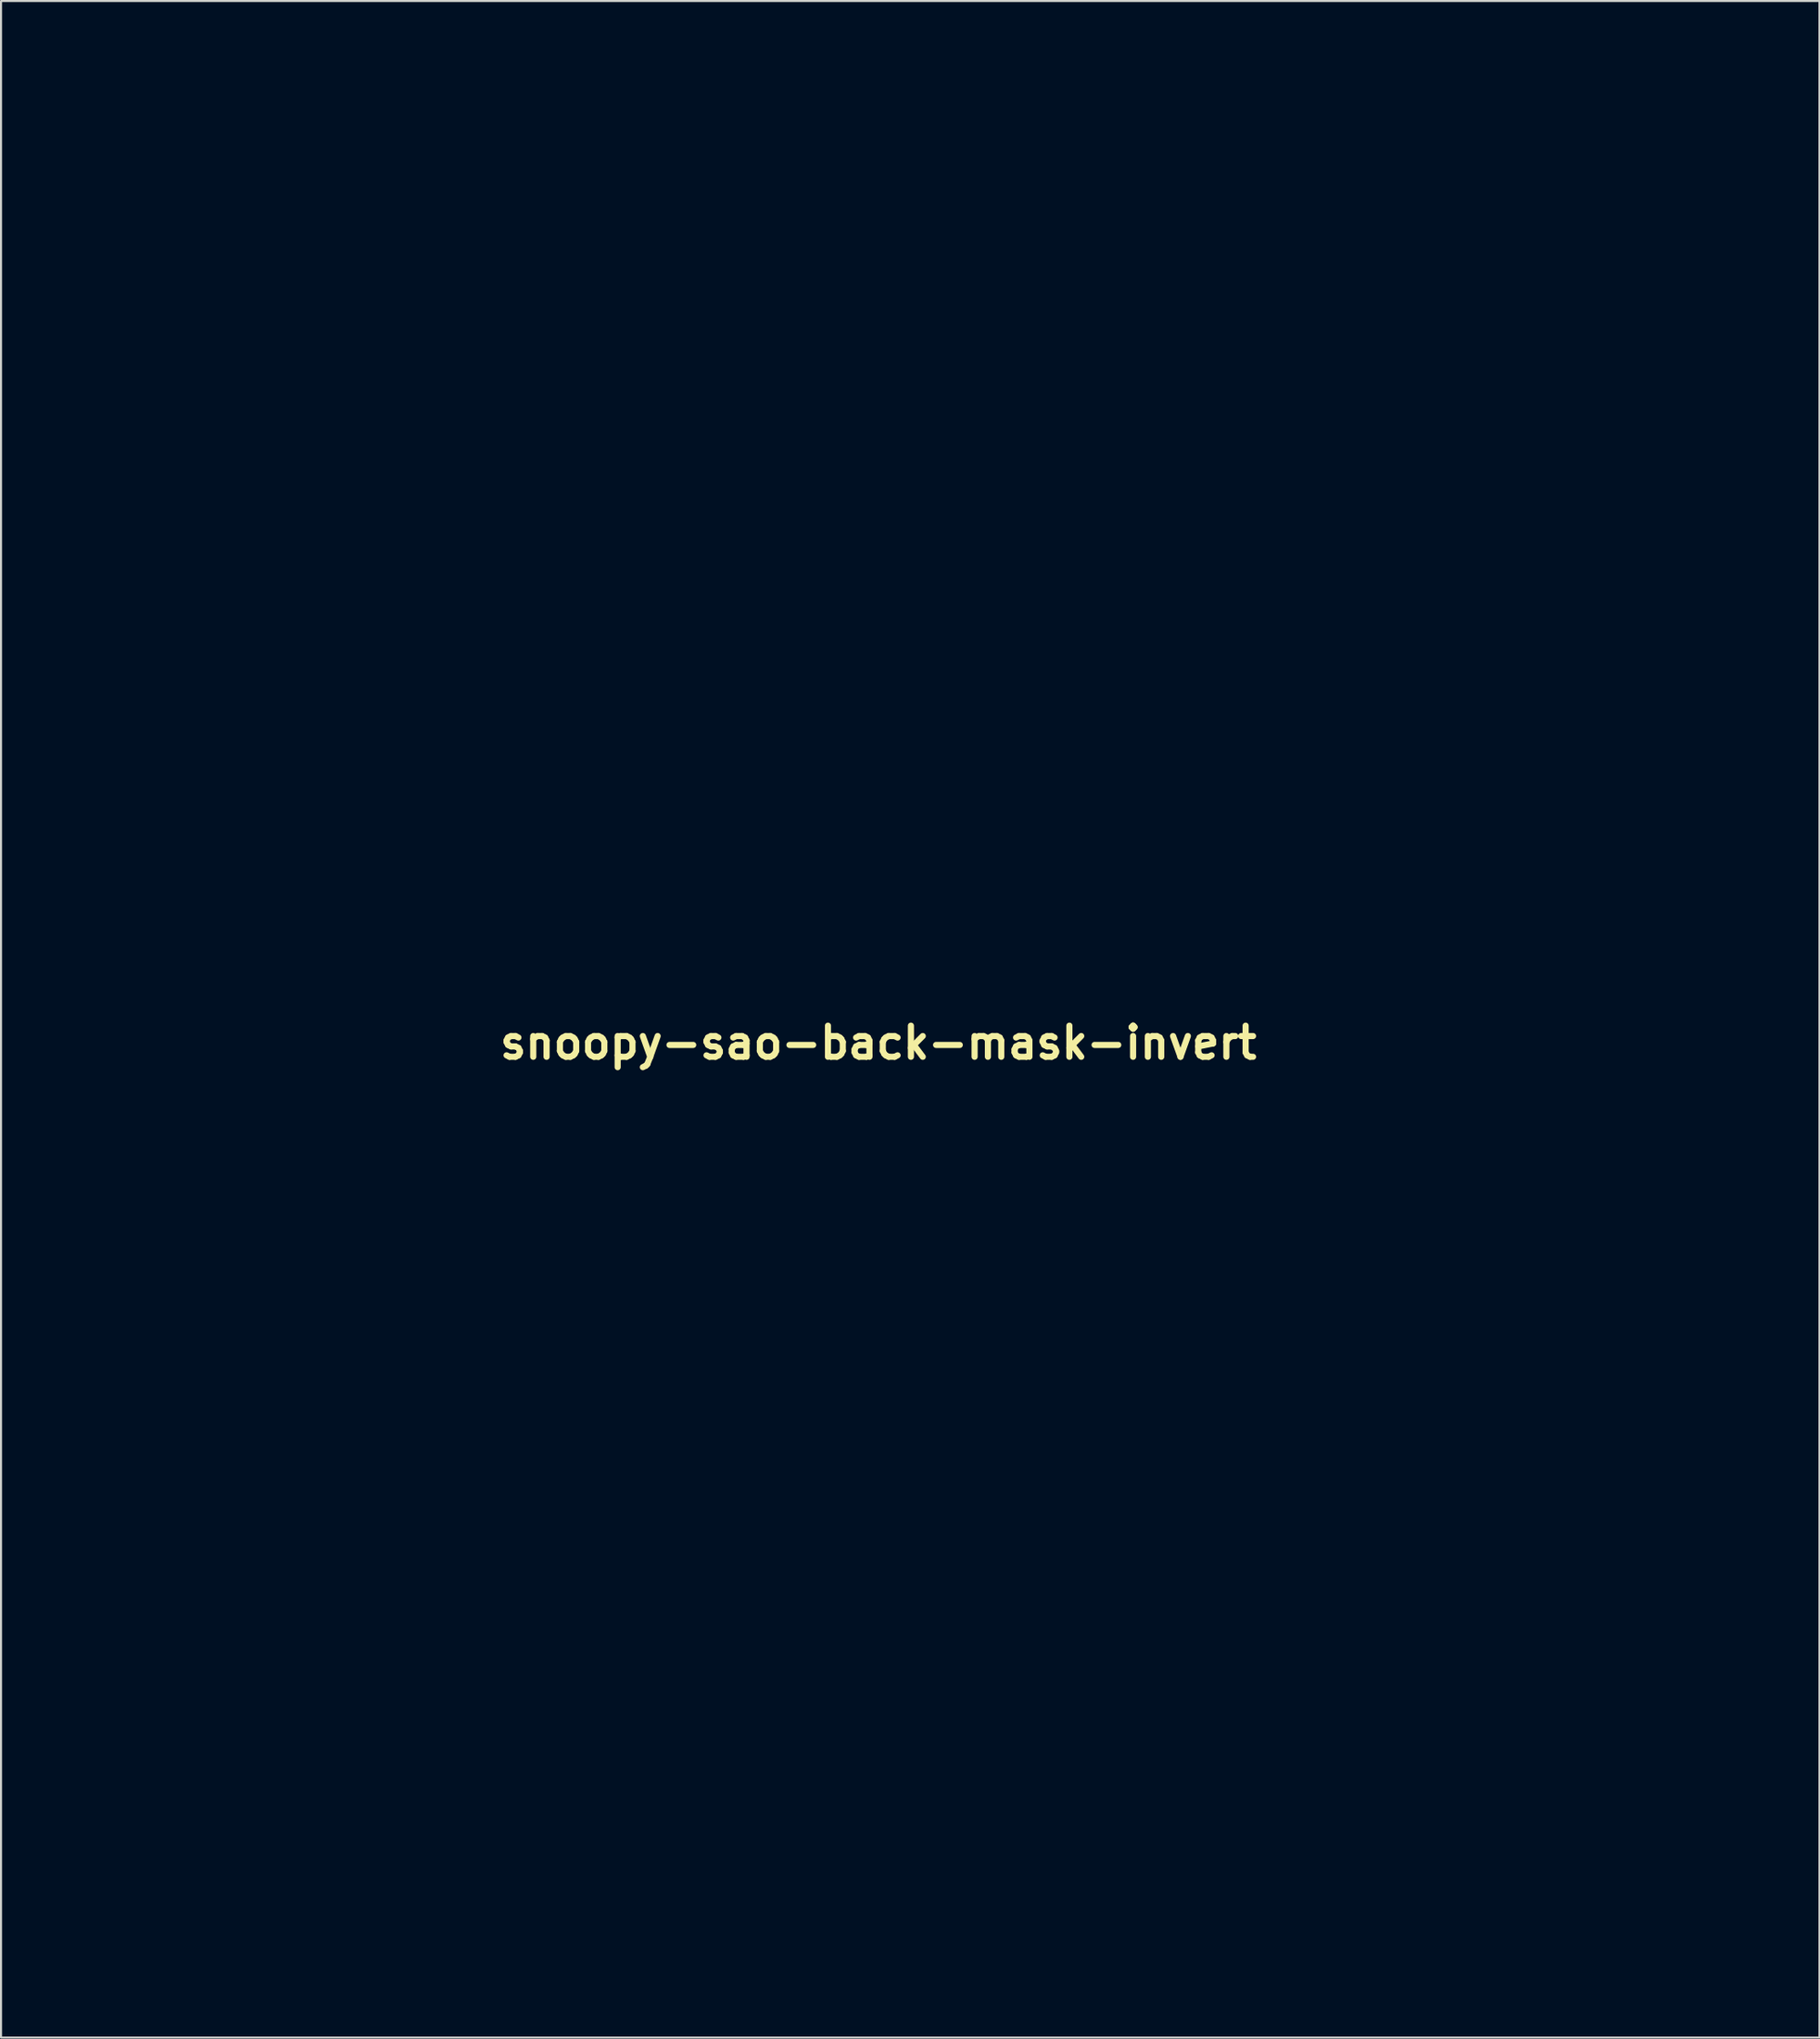
<source format=kicad_pcb>
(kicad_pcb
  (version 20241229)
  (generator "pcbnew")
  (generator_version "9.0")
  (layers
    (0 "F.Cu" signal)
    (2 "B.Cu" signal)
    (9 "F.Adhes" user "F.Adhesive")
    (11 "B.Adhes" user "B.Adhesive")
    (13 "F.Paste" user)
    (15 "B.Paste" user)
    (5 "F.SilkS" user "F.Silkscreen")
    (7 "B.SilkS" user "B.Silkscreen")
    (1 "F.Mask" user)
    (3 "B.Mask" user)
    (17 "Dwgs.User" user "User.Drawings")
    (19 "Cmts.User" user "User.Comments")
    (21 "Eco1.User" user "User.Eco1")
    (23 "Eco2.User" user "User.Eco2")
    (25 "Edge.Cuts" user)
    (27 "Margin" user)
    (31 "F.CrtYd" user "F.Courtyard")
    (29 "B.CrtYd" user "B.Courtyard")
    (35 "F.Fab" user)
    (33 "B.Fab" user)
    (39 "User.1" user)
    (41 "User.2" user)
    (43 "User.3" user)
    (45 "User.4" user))
  (footprint "snoopy-sao-back-mask-invert"
    (layer "F.Cu")
    (at 39.988 48.011)
    (property "Reference" "snoopy-sao-back-mask-invert" (at 0 0 0) (layer "F.SilkS") (effects (font (size 1.524 1.524) (thickness 0.3))))
    (attr through_hole)
    (fp_poly (pts (xy 12.446 13.843) (xy 12.319 13.97) (xy 12.192 13.843) (xy 12.319 13.716) (xy 12.446 13.843)) (stroke (width 0.01) (type solid)) (fill yes) (layer "B.Mask"))
    (fp_poly (pts (xy 21.336 -18.415) (xy 21.209 -18.288) (xy 21.082 -18.415) (xy 21.209 -18.542) (xy 21.336 -18.415)) (stroke (width 0.01) (type solid)) (fill yes) (layer "B.Mask"))
    (fp_poly (pts (xy 12.107 12.785) (xy 12.138 13.086) (xy 12.107 13.123) (xy 11.956 13.088) (xy 11.938 12.954) (xy 12.031 12.745) (xy 12.107 12.785)) (stroke (width 0.01) (type solid)) (fill yes) (layer "B.Mask"))
    (fp_poly (pts (xy 24.553 -22.775) (xy 24.584 -22.474) (xy 24.553 -22.437) (xy 24.402 -22.472) (xy 24.384 -22.606) (xy 24.477 -22.815) (xy 24.553 -22.775)) (stroke (width 0.01) (type solid)) (fill yes) (layer "B.Mask"))
    (fp_poly (pts (xy 25.315 -30.395) (xy 25.346 -30.094) (xy 25.315 -30.057) (xy 25.164 -30.092) (xy 25.146 -30.226) (xy 25.239 -30.435) (xy 25.315 -30.395)) (stroke (width 0.01) (type solid)) (fill yes) (layer "B.Mask"))
    (fp_poly (pts (xy 5.91 -4.231) (xy 5.919 -4.147) (xy 5.521 -4.113) (xy 5.461 -4.114) (xy 5.067 -4.15) (xy 5.105 -4.227) (xy 5.148 -4.24) (xy 5.702 -4.277) (xy 5.91 -4.231)) (stroke (width 0.01) (type solid)) (fill yes) (layer "B.Mask"))
    (fp_poly (pts (xy 25.103 -29.308) (xy 25.01 -28.683) (xy 24.842 -27.902) (xy 24.639 -27.129) (xy 24.437 -26.53) (xy 24.306 -26.289) (xy 24.144 -26.21) (xy 24.187 -26.416) (xy 24.313 -26.862) (xy 24.498 -27.617) (xy 24.646 -28.259) (xy 24.836 -29.015) (xy 24.997 -29.502) (xy 25.082 -29.612) (xy 25.103 -29.308)) (stroke (width 0.01) (type solid)) (fill yes) (layer "B.Mask"))
    (fp_poly (pts (xy 21.59 -28.591) (xy 21.493 -28.342) (xy 21.237 -27.752) (xy 20.876 -26.943) (xy 20.828 -26.838) (xy 20.45 -25.942) (xy 20.177 -25.179) (xy 20.066 -24.706) (xy 20.066 -24.692) (xy 19.976 -24.299) (xy 19.765 -23.86) (xy 19.526 -23.517) (xy 19.35 -23.412) (xy 19.312 -23.518) (xy 19.377 -23.906) (xy 19.551 -24.59) (xy 19.682 -25.042) (xy 19.909 -25.951) (xy 20.046 -26.805) (xy 20.063 -27.096) (xy 20.177 -27.742) (xy 20.606 -28.163) (xy 20.828 -28.283) (xy 21.339 -28.519) (xy 21.586 -28.596) (xy 21.59 -28.591)) (stroke (width 0.01) (type solid)) (fill yes) (layer "B.Mask"))
    (fp_poly (pts (xy 16.288 20.313) (xy 16.995 20.436) (xy 18.071 20.673) (xy 18.357 20.739) (xy 20.013 21.124) (xy 21.246 21.426) (xy 22.128 21.668) (xy 22.733 21.872) (xy 23.134 22.063) (xy 23.405 22.262) (xy 23.516 22.375) (xy 23.779 22.725) (xy 23.666 22.931) (xy 23.258 23.108) (xy 22.493 23.269) (xy 21.414 23.339) (xy 20.208 23.323) (xy 19.06 23.223) (xy 18.156 23.045) (xy 18.02 23) (xy 16.967 22.568) (xy 16.044 22.112) (xy 15.356 21.689) (xy 15.008 21.361) (xy 14.986 21.287) (xy 15.143 20.879) (xy 15.372 20.568) (xy 15.579 20.384) (xy 15.85 20.297) (xy 16.288 20.313)) (stroke (width 0.01) (type solid)) (fill yes) (layer "B.Mask"))
    (fp_poly (pts (xy -26.192 -24.229) (xy -26.001 -23.999) (xy -25.794 -23.469) (xy -25.67 -22.672) (xy -25.654 -22.276) (xy -25.682 -21.531) (xy -25.789 -21.193) (xy -26.011 -21.165) (xy -26.045 -21.178) (xy -26.562 -21.186) (xy -26.998 -21.038) (xy -27.598 -20.739) (xy -27.94 -20.577) (xy -28.299 -20.255) (xy -28.719 -19.668) (xy -28.824 -19.487) (xy -29.326 -18.57) (xy -28.752 -17.794) (xy -28.435 -17.312) (xy -28.348 -17.063) (xy -28.377 -17.053) (xy -28.762 -17.123) (xy -29.168 -17.2) (xy -29.717 -17.544) (xy -30.154 -18.27) (xy -30.423 -19.258) (xy -30.48 -20.012) (xy -30.248 -20.993) (xy -29.602 -22.025) (xy -28.613 -23.019) (xy -27.503 -23.795) (xy -26.823 -24.178) (xy -26.434 -24.316) (xy -26.192 -24.229)) (stroke (width 0.01) (type solid)) (fill yes) (layer "B.Mask"))
    (fp_poly (pts (xy 18.861 29.767) (xy 19.279 29.959) (xy 19.727 30.081) (xy 20.537 30.2) (xy 21.563 30.296) (xy 21.993 30.323) (xy 23.229 30.401) (xy 24.469 30.495) (xy 25.481 30.587) (xy 25.654 30.606) (xy 26.41 30.677) (xy 27.542 30.766) (xy 28.916 30.862) (xy 30.402 30.956) (xy 30.988 30.991) (xy 33.078 31.135) (xy 35.015 31.314) (xy 36.733 31.519) (xy 38.164 31.741) (xy 39.243 31.969) (xy 39.902 32.195) (xy 40.018 32.268) (xy 40.234 32.664) (xy 40.032 33.051) (xy 39.497 33.359) (xy 38.713 33.519) (xy 38.463 33.528) (xy 37.779 33.584) (xy 37.35 33.725) (xy 37.293 33.791) (xy 37.015 33.91) (xy 36.318 34.028) (xy 35.288 34.133) (xy 34.096 34.211) (xy 32.634 34.305) (xy 31.65 34.416) (xy 31.114 34.549) (xy 30.988 34.673) (xy 31.01 34.77) (xy 31.113 34.854) (xy 31.351 34.93) (xy 31.782 35.005) (xy 32.46 35.087) (xy 33.441 35.182) (xy 34.779 35.298) (xy 36.531 35.442) (xy 37.973 35.558) (xy 39.294 35.669) (xy 40.5 35.779) (xy 41.464 35.877) (xy 42.059 35.95) (xy 42.086 35.954) (xy 42.801 36.251) (xy 43.111 36.848) (xy 43.039 37.686) (xy 42.853 38.101) (xy 42.466 38.337) (xy 41.727 38.482) (xy 41.695 38.487) (xy 40.85 38.64) (xy 40.137 38.84) (xy 39.958 38.913) (xy 39.301 39.075) (xy 38.879 39.047) (xy 38.465 39.028) (xy 38.354 39.14) (xy 38.129 39.284) (xy 37.566 39.364) (xy 37.338 39.37) (xy 36.702 39.423) (xy 36.348 39.556) (xy 36.322 39.61) (xy 36.092 39.734) (xy 35.494 39.813) (xy 34.837 39.828) (xy 33.741 39.87) (xy 32.473 40.003) (xy 31.201 40.202) (xy 30.093 40.44) (xy 29.318 40.69) (xy 29.292 40.702) (xy 28.589 40.864) (xy 28.135 40.845) (xy 27.556 40.87) (xy 27.248 41.034) (xy 26.77 41.306) (xy 26.04 41.489) (xy 25.249 41.564) (xy 24.588 41.51) (xy 24.27 41.35) (xy 24.097 41.224) (xy 23.755 41.144) (xy 23.178 41.108) (xy 22.294 41.114) (xy 21.037 41.161) (xy 19.494 41.239) (xy 18.045 41.328) (xy 16.79 41.427) (xy 15.808 41.527) (xy 15.181 41.622) (xy 14.986 41.695) (xy 14.756 41.81) (xy 14.159 41.888) (xy 13.525 41.91) (xy 12.749 41.962) (xy 11.799 42.135) (xy 10.592 42.449) (xy 9.045 42.923) (xy 8.001 43.266) (xy 5.773 44.005) (xy 3.958 44.592) (xy 2.487 45.039) (xy 1.293 45.361) (xy 0.308 45.572) (xy -0.535 45.684) (xy -1.305 45.713) (xy -2.068 45.671) (xy -2.894 45.573) (xy -3.175 45.532) (xy -3.804 45.393) (xy -4.191 45.232) (xy -4.561 45.08) (xy -5.262 44.876) (xy -5.969 44.705) (xy -6.847 44.474) (xy -7.555 44.224) (xy -7.874 44.055) (xy -8.301 43.881) (xy -9.102 43.69) (xy -10.146 43.505) (xy -11.301 43.344) (xy -12.435 43.229) (xy -13.416 43.18) (xy -13.502 43.18) (xy -14.124 43.131) (xy -14.459 43.01) (xy -14.478 42.969) (xy -14.707 42.851) (xy -15.296 42.773) (xy -15.812 42.755) (xy -16.803 42.745) (xy -18.141 42.718) (xy -19.757 42.677) (xy -21.584 42.625) (xy -23.554 42.563) (xy -25.6 42.495) (xy -27.653 42.423) (xy -29.645 42.349) (xy -31.509 42.276) (xy -33.178 42.206) (xy -34.582 42.141) (xy -35.655 42.084) (xy -36.328 42.037) (xy -36.513 42.015) (xy -37.072 41.853) (xy -37.335 41.684) (xy -37.338 41.669) (xy -37.528 41.441) (xy -38.027 41.015) (xy -38.711 40.496) (xy -39.554 39.807) (xy -39.966 39.225) (xy -39.983 38.647) (xy -39.639 37.973) (xy -39.593 37.907) (xy -38.958 37.309) (xy -37.947 36.71) (xy -36.692 36.166) (xy -35.32 35.736) (xy -34.109 35.493) (xy -33.161 35.344) (xy -32.425 35.194) (xy -32.032 35.071) (xy -32.004 35.049) (xy -31.73 34.978) (xy -31.055 34.877) (xy -30.083 34.757) (xy -28.921 34.629) (xy -27.672 34.504) (xy -26.443 34.392) (xy -25.338 34.304) (xy -24.462 34.252) (xy -24.234 34.244) (xy -23.846 34.125) (xy -23.805 33.706) (xy -23.815 33.648) (xy -23.694 33.046) (xy -23.111 32.549) (xy -22.107 32.189) (xy -21.78 32.122) (xy -21.17 31.95) (xy -20.844 31.742) (xy -20.828 31.692) (xy -20.627 31.541) (xy -20.326 31.568) (xy -19.753 31.593) (xy -18.995 31.485) (xy -18.866 31.454) (xy -17.658 31.147) (xy -16.851 30.972) (xy -16.353 30.941) (xy -16.071 31.067) (xy -15.912 31.362) (xy -15.784 31.838) (xy -15.777 31.868) (xy -15.543 32.624) (xy -15.228 33.157) (xy -14.744 33.511) (xy -14.003 33.731) (xy -12.916 33.861) (xy -11.652 33.932) (xy -10.336 34.018) (xy -9.065 34.149) (xy -8.01 34.305) (xy -7.479 34.422) (xy -6.924 34.558) (xy -6.291 34.666) (xy -5.529 34.747) (xy -4.584 34.804) (xy -3.403 34.836) (xy -1.932 34.846) (xy -0.119 34.835) (xy 2.089 34.804) (xy 4.746 34.755) (xy 5.091 34.748) (xy 7.218 34.703) (xy 8.9 34.66) (xy 10.2 34.613) (xy 11.181 34.559) (xy 11.906 34.49) (xy 12.438 34.403) (xy 12.839 34.292) (xy 13.173 34.152) (xy 13.342 34.065) (xy 14.233 33.715) (xy 15.175 33.527) (xy 15.363 33.517) (xy 16.653 33.428) (xy 17.777 33.21) (xy 18.613 32.895) (xy 18.986 32.601) (xy 19.18 31.998) (xy 19.163 31.185) (xy 18.956 30.401) (xy 18.742 30.035) (xy 18.609 29.761) (xy 18.861 29.767)) (stroke (width 0.01) (type solid)) (fill yes) (layer "B.Mask"))
    (fp_poly (pts (xy 14.644 -47.907) (xy 16.286 -47.629) (xy 17.742 -47.203) (xy 18.91 -46.66) (xy 19.688 -46.03) (xy 19.765 -45.931) (xy 20.078 -45.631) (xy 20.656 -45.175) (xy 21.367 -44.658) (xy 22.074 -44.175) (xy 22.646 -43.82) (xy 22.943 -43.688) (xy 23.197 -43.52) (xy 23.673 -43.095) (xy 24.25 -42.533) (xy 24.81 -41.954) (xy 25.234 -41.478) (xy 25.4 -41.225) (xy 25.569 -40.899) (xy 25.979 -40.439) (xy 26.01 -40.409) (xy 26.465 -39.79) (xy 26.831 -38.967) (xy 26.892 -38.758) (xy 27.189 -37.906) (xy 27.585 -37.155) (xy 27.679 -37.024) (xy 28.102 -36.109) (xy 28.194 -35.319) (xy 28.318 -34.39) (xy 28.625 -33.437) (xy 28.702 -33.274) (xy 29.033 -32.38) (xy 29.204 -31.44) (xy 29.21 -31.269) (xy 29.287 -30.403) (xy 29.474 -29.62) (xy 29.504 -29.544) (xy 29.672 -28.853) (xy 29.791 -27.824) (xy 29.855 -26.625) (xy 29.857 -25.423) (xy 29.792 -24.387) (xy 29.709 -23.876) (xy 29.539 -23.124) (xy 29.326 -22.137) (xy 29.184 -21.463) (xy 28.829 -20.175) (xy 28.303 -18.774) (xy 27.686 -17.443) (xy 27.055 -16.365) (xy 26.843 -16.077) (xy 26.155 -15.286) (xy 25.335 -14.442) (xy 24.474 -13.629) (xy 23.664 -12.928) (xy 22.998 -12.423) (xy 22.568 -12.197) (xy 22.527 -12.192) (xy 21.994 -12.062) (xy 21.309 -11.742) (xy 21.169 -11.659) (xy 20.121 -11.244) (xy 18.868 -11.083) (xy 17.622 -11.182) (xy 16.592 -11.546) (xy 16.576 -11.555) (xy 16.105 -11.922) (xy 15.719 -12.453) (xy 15.39 -13.221) (xy 15.089 -14.3) (xy 14.791 -15.766) (xy 14.596 -16.891) (xy 14.34 -19.647) (xy 14.405 -21.147) (xy 15.781 -21.147) (xy 15.84 -19.318) (xy 15.964 -17.499) (xy 16.097 -16.111) (xy 16.257 -15.076) (xy 16.461 -14.318) (xy 16.727 -13.759) (xy 17.073 -13.323) (xy 17.25 -13.153) (xy 17.849 -12.685) (xy 18.371 -12.519) (xy 19.077 -12.578) (xy 19.132 -12.587) (xy 19.971 -12.804) (xy 20.699 -13.112) (xy 20.804 -13.177) (xy 21.453 -13.535) (xy 22.273 -13.904) (xy 22.461 -13.977) (xy 23.016 -14.276) (xy 23.582 -14.784) (xy 24.194 -15.552) (xy 24.886 -16.629) (xy 25.695 -18.068) (xy 26.653 -19.916) (xy 26.854 -20.316) (xy 28.06 -22.726) (xy 28.036 -25.269) (xy 27.984 -27.025) (xy 27.869 -28.623) (xy 27.702 -29.986) (xy 27.494 -31.036) (xy 27.256 -31.696) (xy 27.127 -31.856) (xy 26.779 -32.306) (xy 26.594 -32.775) (xy 26.285 -33.355) (xy 25.737 -33.931) (xy 25.648 -34) (xy 24.952 -34.362) (xy 24.446 -34.257) (xy 24.102 -33.672) (xy 24.035 -33.439) (xy 23.759 -32.952) (xy 23.215 -32.348) (xy 22.846 -32.023) (xy 21.8 -31.183) (xy 22.241 -32.038) (xy 22.672 -32.822) (xy 23.185 -33.689) (xy 23.301 -33.875) (xy 23.671 -34.552) (xy 23.732 -34.966) (xy 23.623 -35.145) (xy 23.342 -35.226) (xy 22.947 -34.95) (xy 22.579 -34.547) (xy 22.036 -34.009) (xy 21.543 -33.692) (xy 21.395 -33.658) (xy 20.972 -33.424) (xy 20.381 -32.745) (xy 19.638 -31.647) (xy 18.763 -30.158) (xy 17.772 -28.304) (xy 17.651 -28.067) (xy 16.783 -26.213) (xy 16.206 -24.559) (xy 15.884 -22.93) (xy 15.781 -21.147) (xy 14.405 -21.147) (xy 14.46 -22.399) (xy 14.94 -25.043) (xy 15.761 -27.476) (xy 16.729 -29.323) (xy 17.267 -30.244) (xy 17.497 -30.853) (xy 17.44 -31.225) (xy 17.303 -31.35) (xy 17.064 -31.222) (xy 16.645 -30.747) (xy 16.11 -30.022) (xy 15.526 -29.145) (xy 14.957 -28.211) (xy 14.47 -27.32) (xy 14.221 -26.791) (xy 13.895 -25.829) (xy 13.568 -24.529) (xy 13.274 -23.058) (xy 13.043 -21.584) (xy 12.909 -20.275) (xy 12.889 -19.838) (xy 12.9 -19.049) (xy 12.95 -17.946) (xy 13.03 -16.724) (xy 13.067 -16.256) (xy 13.27 -13.843) (xy 11.143 -12.443) (xy 9.531 -11.239) (xy 8.342 -9.995) (xy 7.495 -8.609) (xy 6.955 -7.143) (xy 6.709 -6.342) (xy 6.494 -5.75) (xy 6.385 -5.538) (xy 6.067 -5.424) (xy 5.39 -5.297) (xy 4.508 -5.185) (xy 2.794 -5.01) (xy 2.794 -5.753) (xy 2.65 -6.537) (xy 2.28 -7.496) (xy 1.778 -8.412) (xy 1.498 -8.794) (xy 0.994 -9.204) (xy 0.158 -9.689) (xy -0.858 -10.173) (xy -1.903 -10.578) (xy -2.214 -10.677) (xy -2.919 -10.939) (xy -3.124 -11.161) (xy -2.827 -11.354) (xy -2.023 -11.529) (xy -2.014 -11.53) (xy -0.338 -12.048) (xy 1.34 -13.055) (xy 2.259 -13.818) (xy 3.157 -14.612) (xy 4.167 -15.461) (xy 4.699 -15.89) (xy 5.514 -16.547) (xy 6.004 -17.001) (xy 6.251 -17.355) (xy 6.337 -17.711) (xy 6.346 -17.933) (xy 6.515 -18.473) (xy 6.924 -19.084) (xy 6.985 -19.153) (xy 7.404 -19.607) (xy 7.569 -19.908) (xy 7.509 -20.264) (xy 7.253 -20.883) (xy 7.236 -20.924) (xy 6.903 -21.512) (xy 6.556 -21.827) (xy 6.478 -21.844) (xy 6.155 -21.625) (xy 5.926 -21.11) (xy 5.863 -20.508) (xy 5.923 -20.222) (xy 5.912 -19.804) (xy 5.742 -19.097) (xy 5.543 -18.507) (xy 5.238 -17.819) (xy 4.837 -17.201) (xy 4.251 -16.545) (xy 3.391 -15.744) (xy 2.842 -15.266) (xy 1.5 -14.165) (xy 0.347 -13.368) (xy -0.767 -12.8) (xy -1.992 -12.385) (xy -3.478 -12.047) (xy -3.628 -12.018) (xy -4.896 -11.813) (xy -5.897 -11.754) (xy -6.848 -11.832) (xy -7.239 -11.895) (xy -8.414 -12.084) (xy -9.695 -12.258) (xy -10.287 -12.325) (xy -11.672 -12.525) (xy -13.303 -12.849) (xy -14.975 -13.249) (xy -16.484 -13.678) (xy -17.316 -13.963) (xy -18.558 -14.539) (xy -19.851 -15.311) (xy -21.022 -16.163) (xy -21.899 -16.981) (xy -21.958 -17.049) (xy -22.767 -18.163) (xy -23.337 -19.349) (xy -23.7 -20.715) (xy -23.886 -22.371) (xy -23.927 -24.141) (xy -23.677 -26.576) (xy -22.978 -29.032) (xy -21.877 -31.409) (xy -20.836 -32.977) (xy -0.446 -32.977) (xy -0.435 -32.127) (xy -0.381 -31.369) (xy -0.199 -29.999) (xy 0.092 -29.089) (xy 0.513 -28.601) (xy 1.084 -28.495) (xy 1.129 -28.5) (xy 1.426 -28.61) (xy 1.597 -28.911) (xy 1.687 -29.526) (xy 1.721 -30.099) (xy 1.696 -31.362) (xy 1.522 -32.474) (xy 1.232 -33.368) (xy 0.859 -33.979) (xy 0.436 -34.238) (xy -0.006 -34.081) (xy -0.163 -33.909) (xy -0.359 -33.53) (xy -0.446 -32.977) (xy -20.836 -32.977) (xy -20.417 -33.608) (xy -18.867 -35.322) (xy -17.231 -36.768) (xy -15.752 -37.817) (xy -14.345 -38.518) (xy -12.924 -38.921) (xy -12.431 -38.997) (xy -11.802 -39.116) (xy -11.417 -39.251) (xy -11.085 -39.312) (xy -10.341 -39.372) (xy -9.282 -39.428) (xy -8.007 -39.472) (xy -7.423 -39.486) (xy -5.332 -39.565) (xy -3.704 -39.708) (xy -2.497 -39.919) (xy -2.231 -39.99) (xy -1.046 -40.461) (xy 0.36 -41.211) (xy 1.851 -42.155) (xy 3.292 -43.209) (xy 4.413 -44.162) (xy 5.978 -45.54) (xy 7.345 -46.558) (xy 8.62 -47.266) (xy 9.911 -47.711) (xy 11.323 -47.942) (xy 12.915 -48.006) (xy 14.644 -47.907)) (stroke (width 0.01) (type solid)) (fill yes) (layer "B.Mask"))
    (fp_poly (pts (xy 6.058 -2.661) (xy 6.408 -2.296) (xy 6.646 -1.528) (xy 6.793 -0.638) (xy 7.003 0.48) (xy 7.295 1.566) (xy 7.593 2.358) (xy 7.91 3.07) (xy 8.101 3.615) (xy 8.128 3.764) (xy 8.241 4.163) (xy 8.522 4.794) (xy 8.636 5.014) (xy 8.955 5.682) (xy 9.132 6.195) (xy 9.144 6.291) (xy 9.348 6.661) (xy 9.525 6.766) (xy 9.863 7.102) (xy 9.906 7.295) (xy 10.025 7.742) (xy 10.322 8.406) (xy 10.459 8.661) (xy 10.757 9.251) (xy 10.883 9.763) (xy 10.858 10.393) (xy 10.721 11.236) (xy 10.585 12.397) (xy 10.551 13.647) (xy 10.588 14.319) (xy 10.707 15.186) (xy 10.89 15.714) (xy 11.222 16.071) (xy 11.596 16.313) (xy 12.202 16.78) (xy 12.432 17.315) (xy 12.446 17.551) (xy 12.392 18.113) (xy 12.184 18.243) (xy 11.753 17.957) (xy 11.523 17.748) (xy 10.955 17.403) (xy 10.46 17.4) (xy 10.181 17.726) (xy 10.16 17.899) (xy 10.374 18.45) (xy 10.89 18.964) (xy 11.519 19.275) (xy 11.748 19.305) (xy 12.085 19.33) (xy 12.087 19.464) (xy 11.725 19.797) (xy 11.557 19.938) (xy 10.829 20.376) (xy 10.16 20.508) (xy 9.713 20.375) (xy 9.504 19.987) (xy 9.443 19.558) (xy 9.309 18.777) (xy 9.109 18.467) (xy 8.874 18.641) (xy 8.658 19.21) (xy 8.482 19.917) (xy 8.388 20.438) (xy 8.383 20.511) (xy 8.188 20.769) (xy 7.728 20.789) (xy 7.186 20.571) (xy 7.088 20.502) (xy 6.431 19.716) (xy 5.959 18.493) (xy 5.668 16.824) (xy 5.559 14.7) (xy 5.628 12.112) (xy 5.685 11.231) (xy 5.777 9.768) (xy 5.802 8.759) (xy 5.756 8.153) (xy 5.632 7.901) (xy 5.424 7.952) (xy 5.299 8.061) (xy 5.067 8.458) (xy 4.875 9.17) (xy 4.719 10.241) (xy 4.591 11.713) (xy 4.487 13.63) (xy 4.449 14.605) (xy 4.398 16.191) (xy 4.383 17.371) (xy 4.409 18.243) (xy 4.484 18.908) (xy 4.612 19.467) (xy 4.77 19.939) (xy 5.421 21.161) (xy 6.317 21.943) (xy 7.48 22.297) (xy 8.243 22.316) (xy 9.507 22.249) (xy 9.724 23.253) (xy 9.82 24.097) (xy 9.826 25.14) (xy 9.785 25.707) (xy 9.629 27.156) (xy 10.647 27.675) (xy 11.502 28.006) (xy 12.361 28.184) (xy 12.55 28.194) (xy 14.095 28.347) (xy 15.525 28.773) (xy 16.696 29.418) (xy 17.209 29.882) (xy 17.691 30.481) (xy 17.988 30.952) (xy 18.034 31.095) (xy 17.796 31.423) (xy 17.142 31.747) (xy 16.163 32.032) (xy 14.952 32.246) (xy 14.887 32.255) (xy 13.962 32.398) (xy 13.188 32.57) (xy 12.802 32.703) (xy 12.422 32.78) (xy 11.637 32.853) (xy 10.523 32.921) (xy 9.16 32.982) (xy 7.624 33.035) (xy 5.994 33.078) (xy 4.348 33.11) (xy 2.764 33.129) (xy 1.319 33.133) (xy 0.092 33.121) (xy -0.839 33.091) (xy -1.397 33.042) (xy -1.524 32.993) (xy -1.318 32.725) (xy -0.889 32.466) (xy -0.361 32.141) (xy -0.328 31.898) (xy -0.78 31.765) (xy -1.136 31.75) (xy -1.813 31.842) (xy -2.238 32.21) (xy -2.413 32.512) (xy -2.808 33.061) (xy -3.341 33.251) (xy -3.626 33.258) (xy -4.404 33.173) (xy -5.016 33.012) (xy -5.498 32.665) (xy -5.497 32.234) (xy -5.021 31.756) (xy -4.628 31.521) (xy -4.228 31.176) (xy -4.298 30.883) (xy -4.804 30.738) (xy -4.929 30.734) (xy -5.624 30.959) (xy -6.152 31.522) (xy -6.35 32.215) (xy -6.464 32.625) (xy -6.896 32.758) (xy -7.048 32.76) (xy -7.777 32.599) (xy -8.349 32.292) (xy -8.752 31.894) (xy -8.767 31.516) (xy -8.671 31.308) (xy -8.236 30.73) (xy -7.544 30.047) (xy -6.741 29.378) (xy -5.973 28.843) (xy -5.384 28.563) (xy -5.355 28.557) (xy -4.654 28.391) (xy -3.836 28.168) (xy -3.775 28.15) (xy -2.857 27.992) (xy -1.914 27.987) (xy -1.888 27.99) (xy -0.962 27.978) (xy -0.048 27.794) (xy -0.018 27.783) (xy 0.763 27.621) (xy 1.764 27.567) (xy 2.837 27.609) (xy 3.835 27.735) (xy 4.611 27.934) (xy 5.002 28.172) (xy 5.352 28.435) (xy 5.764 28.294) (xy 5.989 28.074) (xy 6.138 27.677) (xy 6.23 26.999) (xy 6.287 25.939) (xy 6.297 25.646) (xy 6.314 24.565) (xy 6.299 23.652) (xy 6.255 23.044) (xy 6.225 22.9) (xy 6.012 22.65) (xy 5.768 22.86) (xy 5.517 23.483) (xy 5.284 24.474) (xy 5.227 24.801) (xy 5.055 25.725) (xy 4.877 26.266) (xy 4.632 26.547) (xy 4.299 26.681) (xy 3.688 26.733) (xy 2.816 26.681) (xy 2.21 26.594) (xy 0.95 26.459) (xy -0.069 26.583) (xy -0.187 26.615) (xy -0.891 26.762) (xy -1.913 26.901) (xy -3.06 27.006) (xy -3.366 27.026) (xy -4.542 27.117) (xy -5.412 27.268) (xy -6.176 27.532) (xy -7.036 27.964) (xy -7.246 28.08) (xy -8.669 29.021) (xy -9.632 30.013) (xy -10.184 31.111) (xy -10.294 31.559) (xy -10.46 32.19) (xy -10.732 32.458) (xy -11.195 32.512) (xy -11.893 32.329) (xy -12.183 32.021) (xy -12.417 31.414) (xy -12.272 30.997) (xy -11.693 30.612) (xy -11.684 30.607) (xy -11.093 30.214) (xy -10.962 29.911) (xy -11.293 29.742) (xy -11.62 29.722) (xy -12.399 29.833) (xy -12.859 30.224) (xy -13.102 30.993) (xy -13.134 31.205) (xy -13.323 31.96) (xy -13.633 32.226) (xy -14.086 32.012) (xy -14.352 31.749) (xy -14.632 31.358) (xy -14.673 30.938) (xy -14.493 30.272) (xy -14.486 30.251) (xy -14.038 29.455) (xy -13.304 28.684) (xy -12.438 28.064) (xy -11.596 27.719) (xy -11.307 27.686) (xy -10.72 27.546) (xy -9.984 27.194) (xy -9.727 27.032) (xy -8.989 26.611) (xy -8.328 26.482) (xy -7.705 26.536) (xy -6.597 26.55) (xy -5.252 26.328) (xy -5.038 26.275) (xy -3.931 26.052) (xy -2.692 25.947) (xy -1.158 25.948) (xy -0.695 25.964) (xy 0.507 26.007) (xy 1.285 26.014) (xy 1.723 25.971) (xy 1.904 25.866) (xy 1.912 25.686) (xy 1.881 25.578) (xy 1.675 24.689) (xy 1.725 23.949) (xy 1.84 23.558) (xy 2.127 23.071) (xy 2.61 22.872) (xy 3.386 22.942) (xy 4.055 23.112) (xy 4.837 23.241) (xy 5.206 23.085) (xy 5.143 22.672) (xy 4.701 22.1) (xy 3.9 21.493) (xy 3.181 21.336) (xy 2.255 21.24) (xy 1.097 20.991) (xy -0.075 20.647) (xy -1.044 20.268) (xy -1.314 20.127) (xy -2.209 19.324) (xy -2.935 18.121) (xy -3.477 16.606) (xy -3.817 14.863) (xy -3.938 12.978) (xy -3.823 11.038) (xy -3.461 9.144) (xy -2.899 7.27) (xy -2.26 5.713) (xy -1.45 4.288) (xy -0.374 2.814) (xy 0.179 2.138) (xy 0.892 1.174) (xy 1.573 0.076) (xy 1.918 -0.593) (xy 2.331 -1.414) (xy 2.673 -1.856) (xy 3.035 -2.021) (xy 3.202 -2.032) (xy 3.854 -2.131) (xy 4.637 -2.372) (xy 4.748 -2.417) (xy 5.527 -2.681) (xy 6.058 -2.661)) (stroke (width 0.01) (type solid)) (fill yes) (layer "B.Mask")))
  (gr_rect
    (start -3 -3)
    (end 86.104 96.729)
    (stroke (width 0.1) (type default))
    (fill no)
    (layer "Edge.Cuts")))
</source>
